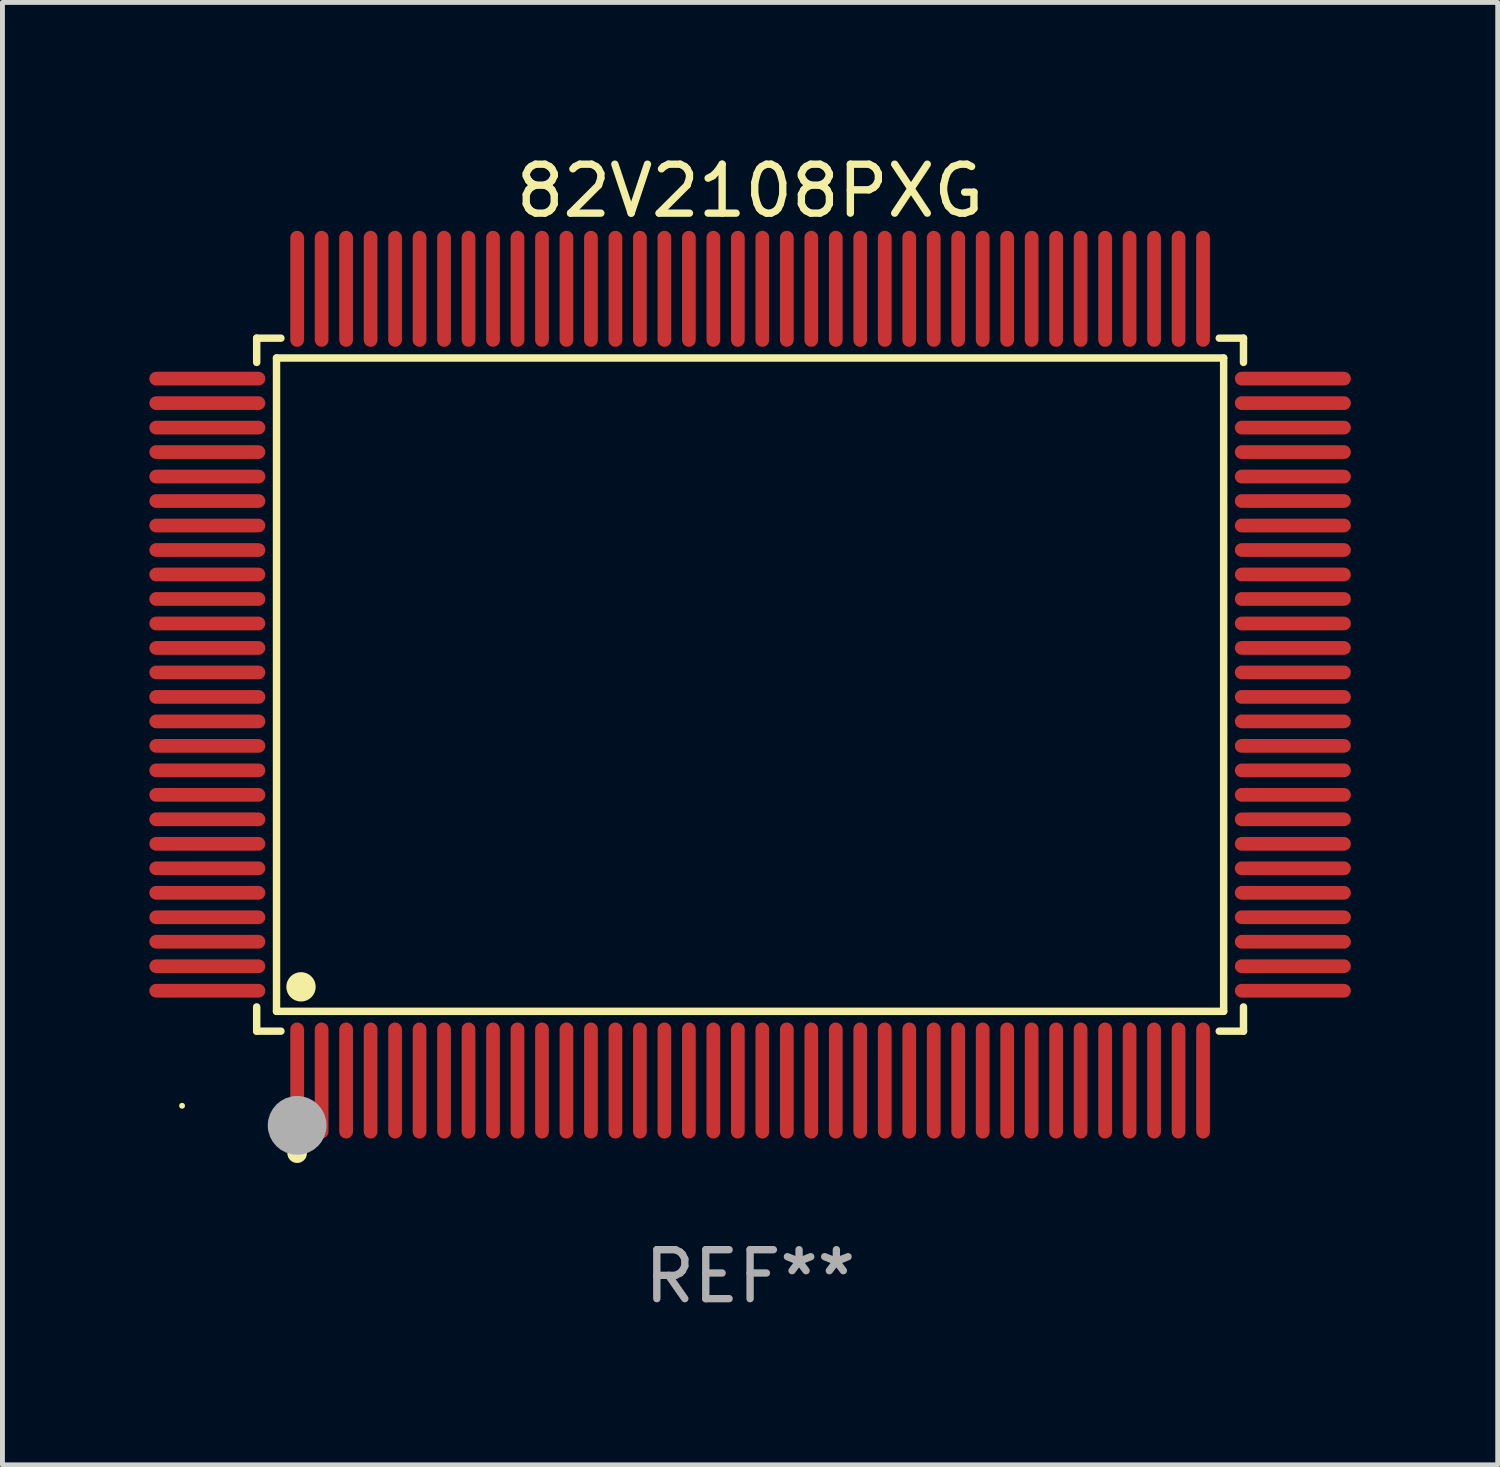
<source format=kicad_pcb>
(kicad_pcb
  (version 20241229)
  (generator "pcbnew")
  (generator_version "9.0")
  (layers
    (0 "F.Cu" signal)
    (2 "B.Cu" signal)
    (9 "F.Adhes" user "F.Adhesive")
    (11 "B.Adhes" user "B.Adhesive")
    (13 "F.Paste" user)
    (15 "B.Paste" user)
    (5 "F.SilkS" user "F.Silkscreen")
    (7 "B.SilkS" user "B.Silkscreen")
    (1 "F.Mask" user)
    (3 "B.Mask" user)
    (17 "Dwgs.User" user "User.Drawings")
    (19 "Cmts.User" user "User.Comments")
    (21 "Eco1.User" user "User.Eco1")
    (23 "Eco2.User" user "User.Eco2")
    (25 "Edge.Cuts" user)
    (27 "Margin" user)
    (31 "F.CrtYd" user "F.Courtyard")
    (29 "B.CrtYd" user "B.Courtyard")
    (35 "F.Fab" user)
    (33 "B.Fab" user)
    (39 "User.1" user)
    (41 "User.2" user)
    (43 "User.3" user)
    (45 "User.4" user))
  (footprint "82V2108PXG"
    (layer "F.Cu")
    (at 12.268 10.932)
    (property "Reference" "82V2108PXG" (at 0 -10.084 0) (layer "F.SilkS") (effects (font (size 1 1) (thickness 0.15))))
    (attr through_hole)
    (fp_line (start -10.076 -7.076) (end -9.581 -7.076) (stroke (width 0.152) (type solid)) (layer "F.SilkS"))
    (fp_line (start -10.076 -6.581) (end -10.076 -7.076) (stroke (width 0.152) (type solid)) (layer "F.SilkS"))
    (fp_line (start -10.076 6.581) (end -10.076 7.076) (stroke (width 0.152) (type solid)) (layer "F.SilkS"))
    (fp_line (start -10.076 7.076) (end -9.581 7.076) (stroke (width 0.152) (type solid)) (layer "F.SilkS"))
    (fp_line (start -9.671 -6.671) (end 9.671 -6.671) (stroke (width 0.152) (type solid)) (layer "F.SilkS"))
    (fp_line (start -9.671 6.671) (end -9.671 -6.671) (stroke (width 0.152) (type solid)) (layer "F.SilkS"))
    (fp_line (start 9.671 -6.671) (end 9.671 6.671) (stroke (width 0.152) (type solid)) (layer "F.SilkS"))
    (fp_line (start 9.671 6.671) (end -9.671 6.671) (stroke (width 0.152) (type solid)) (layer "F.SilkS"))
    (fp_line (start 10.076 -7.076) (end 9.581 -7.076) (stroke (width 0.152) (type solid)) (layer "F.SilkS"))
    (fp_line (start 10.076 -6.581) (end 10.076 -7.076) (stroke (width 0.152) (type solid)) (layer "F.SilkS"))
    (fp_line (start 10.076 6.581) (end 10.076 7.076) (stroke (width 0.152) (type solid)) (layer "F.SilkS"))
    (fp_line (start 10.076 7.076) (end 9.581 7.076) (stroke (width 0.152) (type solid)) (layer "F.SilkS"))
    (fp_circle (center -11.6 8.6) (end -11.57 8.6) (stroke (width 0.06) (type solid)) (fill no) (layer "F.SilkS"))
    (fp_circle (center -9.25 9.568) (end -9.15 9.568) (stroke (width 0.2) (type solid)) (fill no) (layer "F.SilkS"))
    (fp_circle (center -9.171 6.171) (end -9.021 6.171) (stroke (width 0.3) (type solid)) (fill no) (layer "F.SilkS"))
    (fp_circle (center -9.25 9) (end -8.95 9) (stroke (width 0.6) (type solid)) (fill no) (layer "F.Fab"))
    (fp_text user "REF**" (at 0 12.084 0) (layer "F.Fab") (effects (font (size 1 1) (thickness 0.15))))
    (pad "1" smd oval (at -9.25 8.084) (size 0.28 2.368) (layers "F.Cu" "F.Mask" "F.Paste"))
    (pad "2" smd oval (at -8.75 8.084) (size 0.28 2.368) (layers "F.Cu" "F.Mask" "F.Paste"))
    (pad "3" smd oval (at -8.25 8.084) (size 0.28 2.368) (layers "F.Cu" "F.Mask" "F.Paste"))
    (pad "4" smd oval (at -7.75 8.084) (size 0.28 2.368) (layers "F.Cu" "F.Mask" "F.Paste"))
    (pad "5" smd oval (at -7.25 8.084) (size 0.28 2.368) (layers "F.Cu" "F.Mask" "F.Paste"))
    (pad "6" smd oval (at -6.75 8.084) (size 0.28 2.368) (layers "F.Cu" "F.Mask" "F.Paste"))
    (pad "7" smd oval (at -6.25 8.084) (size 0.28 2.368) (layers "F.Cu" "F.Mask" "F.Paste"))
    (pad "8" smd oval (at -5.75 8.084) (size 0.28 2.368) (layers "F.Cu" "F.Mask" "F.Paste"))
    (pad "9" smd oval (at -5.25 8.084) (size 0.28 2.368) (layers "F.Cu" "F.Mask" "F.Paste"))
    (pad "10" smd oval (at -4.75 8.084) (size 0.28 2.368) (layers "F.Cu" "F.Mask" "F.Paste"))
    (pad "11" smd oval (at -4.25 8.084) (size 0.28 2.368) (layers "F.Cu" "F.Mask" "F.Paste"))
    (pad "12" smd oval (at -3.75 8.084) (size 0.28 2.368) (layers "F.Cu" "F.Mask" "F.Paste"))
    (pad "13" smd oval (at -3.25 8.084) (size 0.28 2.368) (layers "F.Cu" "F.Mask" "F.Paste"))
    (pad "14" smd oval (at -2.75 8.084) (size 0.28 2.368) (layers "F.Cu" "F.Mask" "F.Paste"))
    (pad "15" smd oval (at -2.25 8.084) (size 0.28 2.368) (layers "F.Cu" "F.Mask" "F.Paste"))
    (pad "16" smd oval (at -1.75 8.084) (size 0.28 2.368) (layers "F.Cu" "F.Mask" "F.Paste"))
    (pad "17" smd oval (at -1.25 8.084) (size 0.28 2.368) (layers "F.Cu" "F.Mask" "F.Paste"))
    (pad "18" smd oval (at -0.75 8.084) (size 0.28 2.368) (layers "F.Cu" "F.Mask" "F.Paste"))
    (pad "19" smd oval (at -0.25 8.084) (size 0.28 2.368) (layers "F.Cu" "F.Mask" "F.Paste"))
    (pad "20" smd oval (at 0.25 8.084) (size 0.28 2.368) (layers "F.Cu" "F.Mask" "F.Paste"))
    (pad "21" smd oval (at 0.75 8.084) (size 0.28 2.368) (layers "F.Cu" "F.Mask" "F.Paste"))
    (pad "22" smd oval (at 1.25 8.084) (size 0.28 2.368) (layers "F.Cu" "F.Mask" "F.Paste"))
    (pad "23" smd oval (at 1.75 8.084) (size 0.28 2.368) (layers "F.Cu" "F.Mask" "F.Paste"))
    (pad "24" smd oval (at 2.25 8.084) (size 0.28 2.368) (layers "F.Cu" "F.Mask" "F.Paste"))
    (pad "25" smd oval (at 2.75 8.084) (size 0.28 2.368) (layers "F.Cu" "F.Mask" "F.Paste"))
    (pad "26" smd oval (at 3.25 8.084) (size 0.28 2.368) (layers "F.Cu" "F.Mask" "F.Paste"))
    (pad "27" smd oval (at 3.75 8.084) (size 0.28 2.368) (layers "F.Cu" "F.Mask" "F.Paste"))
    (pad "28" smd oval (at 4.25 8.084) (size 0.28 2.368) (layers "F.Cu" "F.Mask" "F.Paste"))
    (pad "29" smd oval (at 4.75 8.084) (size 0.28 2.368) (layers "F.Cu" "F.Mask" "F.Paste"))
    (pad "30" smd oval (at 5.25 8.084) (size 0.28 2.368) (layers "F.Cu" "F.Mask" "F.Paste"))
    (pad "31" smd oval (at 5.75 8.084) (size 0.28 2.368) (layers "F.Cu" "F.Mask" "F.Paste"))
    (pad "32" smd oval (at 6.25 8.084) (size 0.28 2.368) (layers "F.Cu" "F.Mask" "F.Paste"))
    (pad "33" smd oval (at 6.75 8.084) (size 0.28 2.368) (layers "F.Cu" "F.Mask" "F.Paste"))
    (pad "34" smd oval (at 7.25 8.084) (size 0.28 2.368) (layers "F.Cu" "F.Mask" "F.Paste"))
    (pad "35" smd oval (at 7.75 8.084) (size 0.28 2.368) (layers "F.Cu" "F.Mask" "F.Paste"))
    (pad "36" smd oval (at 8.25 8.084) (size 0.28 2.368) (layers "F.Cu" "F.Mask" "F.Paste"))
    (pad "37" smd oval (at 8.75 8.084) (size 0.28 2.368) (layers "F.Cu" "F.Mask" "F.Paste"))
    (pad "38" smd oval (at 9.25 8.084) (size 0.28 2.368) (layers "F.Cu" "F.Mask" "F.Paste"))
    (pad "39" smd oval (at 11.084 6.25) (size 2.368 0.28) (layers "F.Cu" "F.Mask" "F.Paste"))
    (pad "40" smd oval (at 11.084 5.75) (size 2.368 0.28) (layers "F.Cu" "F.Mask" "F.Paste"))
    (pad "41" smd oval (at 11.084 5.25) (size 2.368 0.28) (layers "F.Cu" "F.Mask" "F.Paste"))
    (pad "42" smd oval (at 11.084 4.75) (size 2.368 0.28) (layers "F.Cu" "F.Mask" "F.Paste"))
    (pad "43" smd oval (at 11.084 4.25) (size 2.368 0.28) (layers "F.Cu" "F.Mask" "F.Paste"))
    (pad "44" smd oval (at 11.084 3.75) (size 2.368 0.28) (layers "F.Cu" "F.Mask" "F.Paste"))
    (pad "45" smd oval (at 11.084 3.25) (size 2.368 0.28) (layers "F.Cu" "F.Mask" "F.Paste"))
    (pad "46" smd oval (at 11.084 2.75) (size 2.368 0.28) (layers "F.Cu" "F.Mask" "F.Paste"))
    (pad "47" smd oval (at 11.084 2.25) (size 2.368 0.28) (layers "F.Cu" "F.Mask" "F.Paste"))
    (pad "48" smd oval (at 11.084 1.75) (size 2.368 0.28) (layers "F.Cu" "F.Mask" "F.Paste"))
    (pad "49" smd oval (at 11.084 1.25) (size 2.368 0.28) (layers "F.Cu" "F.Mask" "F.Paste"))
    (pad "50" smd oval (at 11.084 0.75) (size 2.368 0.28) (layers "F.Cu" "F.Mask" "F.Paste"))
    (pad "51" smd oval (at 11.084 0.25) (size 2.368 0.28) (layers "F.Cu" "F.Mask" "F.Paste"))
    (pad "52" smd oval (at 11.084 -0.25) (size 2.368 0.28) (layers "F.Cu" "F.Mask" "F.Paste"))
    (pad "53" smd oval (at 11.084 -0.75) (size 2.368 0.28) (layers "F.Cu" "F.Mask" "F.Paste"))
    (pad "54" smd oval (at 11.084 -1.25) (size 2.368 0.28) (layers "F.Cu" "F.Mask" "F.Paste"))
    (pad "55" smd oval (at 11.084 -1.75) (size 2.368 0.28) (layers "F.Cu" "F.Mask" "F.Paste"))
    (pad "56" smd oval (at 11.084 -2.25) (size 2.368 0.28) (layers "F.Cu" "F.Mask" "F.Paste"))
    (pad "57" smd oval (at 11.084 -2.75) (size 2.368 0.28) (layers "F.Cu" "F.Mask" "F.Paste"))
    (pad "58" smd oval (at 11.084 -3.25) (size 2.368 0.28) (layers "F.Cu" "F.Mask" "F.Paste"))
    (pad "59" smd oval (at 11.084 -3.75) (size 2.368 0.28) (layers "F.Cu" "F.Mask" "F.Paste"))
    (pad "60" smd oval (at 11.084 -4.25) (size 2.368 0.28) (layers "F.Cu" "F.Mask" "F.Paste"))
    (pad "61" smd oval (at 11.084 -4.75) (size 2.368 0.28) (layers "F.Cu" "F.Mask" "F.Paste"))
    (pad "62" smd oval (at 11.084 -5.25) (size 2.368 0.28) (layers "F.Cu" "F.Mask" "F.Paste"))
    (pad "63" smd oval (at 11.084 -5.75) (size 2.368 0.28) (layers "F.Cu" "F.Mask" "F.Paste"))
    (pad "64" smd oval (at 11.084 -6.25) (size 2.368 0.28) (layers "F.Cu" "F.Mask" "F.Paste"))
    (pad "65" smd oval (at 9.25 -8.084) (size 0.28 2.368) (layers "F.Cu" "F.Mask" "F.Paste"))
    (pad "66" smd oval (at 8.75 -8.084) (size 0.28 2.368) (layers "F.Cu" "F.Mask" "F.Paste"))
    (pad "67" smd oval (at 8.25 -8.084) (size 0.28 2.368) (layers "F.Cu" "F.Mask" "F.Paste"))
    (pad "68" smd oval (at 7.75 -8.084) (size 0.28 2.368) (layers "F.Cu" "F.Mask" "F.Paste"))
    (pad "69" smd oval (at 7.25 -8.084) (size 0.28 2.368) (layers "F.Cu" "F.Mask" "F.Paste"))
    (pad "70" smd oval (at 6.75 -8.084) (size 0.28 2.368) (layers "F.Cu" "F.Mask" "F.Paste"))
    (pad "71" smd oval (at 6.25 -8.084) (size 0.28 2.368) (layers "F.Cu" "F.Mask" "F.Paste"))
    (pad "72" smd oval (at 5.75 -8.084) (size 0.28 2.368) (layers "F.Cu" "F.Mask" "F.Paste"))
    (pad "73" smd oval (at 5.25 -8.084) (size 0.28 2.368) (layers "F.Cu" "F.Mask" "F.Paste"))
    (pad "74" smd oval (at 4.75 -8.084) (size 0.28 2.368) (layers "F.Cu" "F.Mask" "F.Paste"))
    (pad "75" smd oval (at 4.25 -8.084) (size 0.28 2.368) (layers "F.Cu" "F.Mask" "F.Paste"))
    (pad "76" smd oval (at 3.75 -8.084) (size 0.28 2.368) (layers "F.Cu" "F.Mask" "F.Paste"))
    (pad "77" smd oval (at 3.25 -8.084) (size 0.28 2.368) (layers "F.Cu" "F.Mask" "F.Paste"))
    (pad "78" smd oval (at 2.75 -8.084) (size 0.28 2.368) (layers "F.Cu" "F.Mask" "F.Paste"))
    (pad "79" smd oval (at 2.25 -8.084) (size 0.28 2.368) (layers "F.Cu" "F.Mask" "F.Paste"))
    (pad "80" smd oval (at 1.75 -8.084) (size 0.28 2.368) (layers "F.Cu" "F.Mask" "F.Paste"))
    (pad "81" smd oval (at 1.25 -8.084) (size 0.28 2.368) (layers "F.Cu" "F.Mask" "F.Paste"))
    (pad "82" smd oval (at 0.75 -8.084) (size 0.28 2.368) (layers "F.Cu" "F.Mask" "F.Paste"))
    (pad "83" smd oval (at 0.25 -8.084) (size 0.28 2.368) (layers "F.Cu" "F.Mask" "F.Paste"))
    (pad "84" smd oval (at -0.25 -8.084) (size 0.28 2.368) (layers "F.Cu" "F.Mask" "F.Paste"))
    (pad "85" smd oval (at -0.75 -8.084) (size 0.28 2.368) (layers "F.Cu" "F.Mask" "F.Paste"))
    (pad "86" smd oval (at -1.25 -8.084) (size 0.28 2.368) (layers "F.Cu" "F.Mask" "F.Paste"))
    (pad "87" smd oval (at -1.75 -8.084) (size 0.28 2.368) (layers "F.Cu" "F.Mask" "F.Paste"))
    (pad "88" smd oval (at -2.25 -8.084) (size 0.28 2.368) (layers "F.Cu" "F.Mask" "F.Paste"))
    (pad "89" smd oval (at -2.75 -8.084) (size 0.28 2.368) (layers "F.Cu" "F.Mask" "F.Paste"))
    (pad "90" smd oval (at -3.25 -8.084) (size 0.28 2.368) (layers "F.Cu" "F.Mask" "F.Paste"))
    (pad "91" smd oval (at -3.75 -8.084) (size 0.28 2.368) (layers "F.Cu" "F.Mask" "F.Paste"))
    (pad "92" smd oval (at -4.25 -8.084) (size 0.28 2.368) (layers "F.Cu" "F.Mask" "F.Paste"))
    (pad "93" smd oval (at -4.75 -8.084) (size 0.28 2.368) (layers "F.Cu" "F.Mask" "F.Paste"))
    (pad "94" smd oval (at -5.25 -8.084) (size 0.28 2.368) (layers "F.Cu" "F.Mask" "F.Paste"))
    (pad "95" smd oval (at -5.75 -8.084) (size 0.28 2.368) (layers "F.Cu" "F.Mask" "F.Paste"))
    (pad "96" smd oval (at -6.25 -8.084) (size 0.28 2.368) (layers "F.Cu" "F.Mask" "F.Paste"))
    (pad "97" smd oval (at -6.75 -8.084) (size 0.28 2.368) (layers "F.Cu" "F.Mask" "F.Paste"))
    (pad "98" smd oval (at -7.25 -8.084) (size 0.28 2.368) (layers "F.Cu" "F.Mask" "F.Paste"))
    (pad "99" smd oval (at -7.75 -8.084) (size 0.28 2.368) (layers "F.Cu" "F.Mask" "F.Paste"))
    (pad "100" smd oval (at -8.25 -8.084) (size 0.28 2.368) (layers "F.Cu" "F.Mask" "F.Paste"))
    (pad "101" smd oval (at -8.75 -8.084) (size 0.28 2.368) (layers "F.Cu" "F.Mask" "F.Paste"))
    (pad "102" smd oval (at -9.25 -8.084) (size 0.28 2.368) (layers "F.Cu" "F.Mask" "F.Paste"))
    (pad "103" smd oval (at -11.084 -6.25) (size 2.368 0.28) (layers "F.Cu" "F.Mask" "F.Paste"))
    (pad "104" smd oval (at -11.084 -5.75) (size 2.368 0.28) (layers "F.Cu" "F.Mask" "F.Paste"))
    (pad "105" smd oval (at -11.084 -5.25) (size 2.368 0.28) (layers "F.Cu" "F.Mask" "F.Paste"))
    (pad "106" smd oval (at -11.084 -4.75) (size 2.368 0.28) (layers "F.Cu" "F.Mask" "F.Paste"))
    (pad "107" smd oval (at -11.084 -4.25) (size 2.368 0.28) (layers "F.Cu" "F.Mask" "F.Paste"))
    (pad "108" smd oval (at -11.084 -3.75) (size 2.368 0.28) (layers "F.Cu" "F.Mask" "F.Paste"))
    (pad "109" smd oval (at -11.084 -3.25) (size 2.368 0.28) (layers "F.Cu" "F.Mask" "F.Paste"))
    (pad "110" smd oval (at -11.084 -2.75) (size 2.368 0.28) (layers "F.Cu" "F.Mask" "F.Paste"))
    (pad "111" smd oval (at -11.084 -2.25) (size 2.368 0.28) (layers "F.Cu" "F.Mask" "F.Paste"))
    (pad "112" smd oval (at -11.084 -1.75) (size 2.368 0.28) (layers "F.Cu" "F.Mask" "F.Paste"))
    (pad "113" smd oval (at -11.084 -1.25) (size 2.368 0.28) (layers "F.Cu" "F.Mask" "F.Paste"))
    (pad "114" smd oval (at -11.084 -0.75) (size 2.368 0.28) (layers "F.Cu" "F.Mask" "F.Paste"))
    (pad "115" smd oval (at -11.084 -0.25) (size 2.368 0.28) (layers "F.Cu" "F.Mask" "F.Paste"))
    (pad "116" smd oval (at -11.084 0.25) (size 2.368 0.28) (layers "F.Cu" "F.Mask" "F.Paste"))
    (pad "117" smd oval (at -11.084 0.75) (size 2.368 0.28) (layers "F.Cu" "F.Mask" "F.Paste"))
    (pad "118" smd oval (at -11.084 1.25) (size 2.368 0.28) (layers "F.Cu" "F.Mask" "F.Paste"))
    (pad "119" smd oval (at -11.084 1.75) (size 2.368 0.28) (layers "F.Cu" "F.Mask" "F.Paste"))
    (pad "120" smd oval (at -11.084 2.25) (size 2.368 0.28) (layers "F.Cu" "F.Mask" "F.Paste"))
    (pad "121" smd oval (at -11.084 2.75) (size 2.368 0.28) (layers "F.Cu" "F.Mask" "F.Paste"))
    (pad "122" smd oval (at -11.084 3.25) (size 2.368 0.28) (layers "F.Cu" "F.Mask" "F.Paste"))
    (pad "123" smd oval (at -11.084 3.75) (size 2.368 0.28) (layers "F.Cu" "F.Mask" "F.Paste"))
    (pad "124" smd oval (at -11.084 4.25) (size 2.368 0.28) (layers "F.Cu" "F.Mask" "F.Paste"))
    (pad "125" smd oval (at -11.084 4.75) (size 2.368 0.28) (layers "F.Cu" "F.Mask" "F.Paste"))
    (pad "126" smd oval (at -11.084 5.25) (size 2.368 0.28) (layers "F.Cu" "F.Mask" "F.Paste"))
    (pad "127" smd oval (at -11.084 5.75) (size 2.368 0.28) (layers "F.Cu" "F.Mask" "F.Paste"))
    (pad "128" smd oval (at -11.084 6.25) (size 2.368 0.28) (layers "F.Cu" "F.Mask" "F.Paste")))
  (gr_rect
    (start -3 -3)
    (end 27.536 26.865)
    (stroke (width 0.1) (type default))
    (fill no)
    (layer "Edge.Cuts")))
</source>
